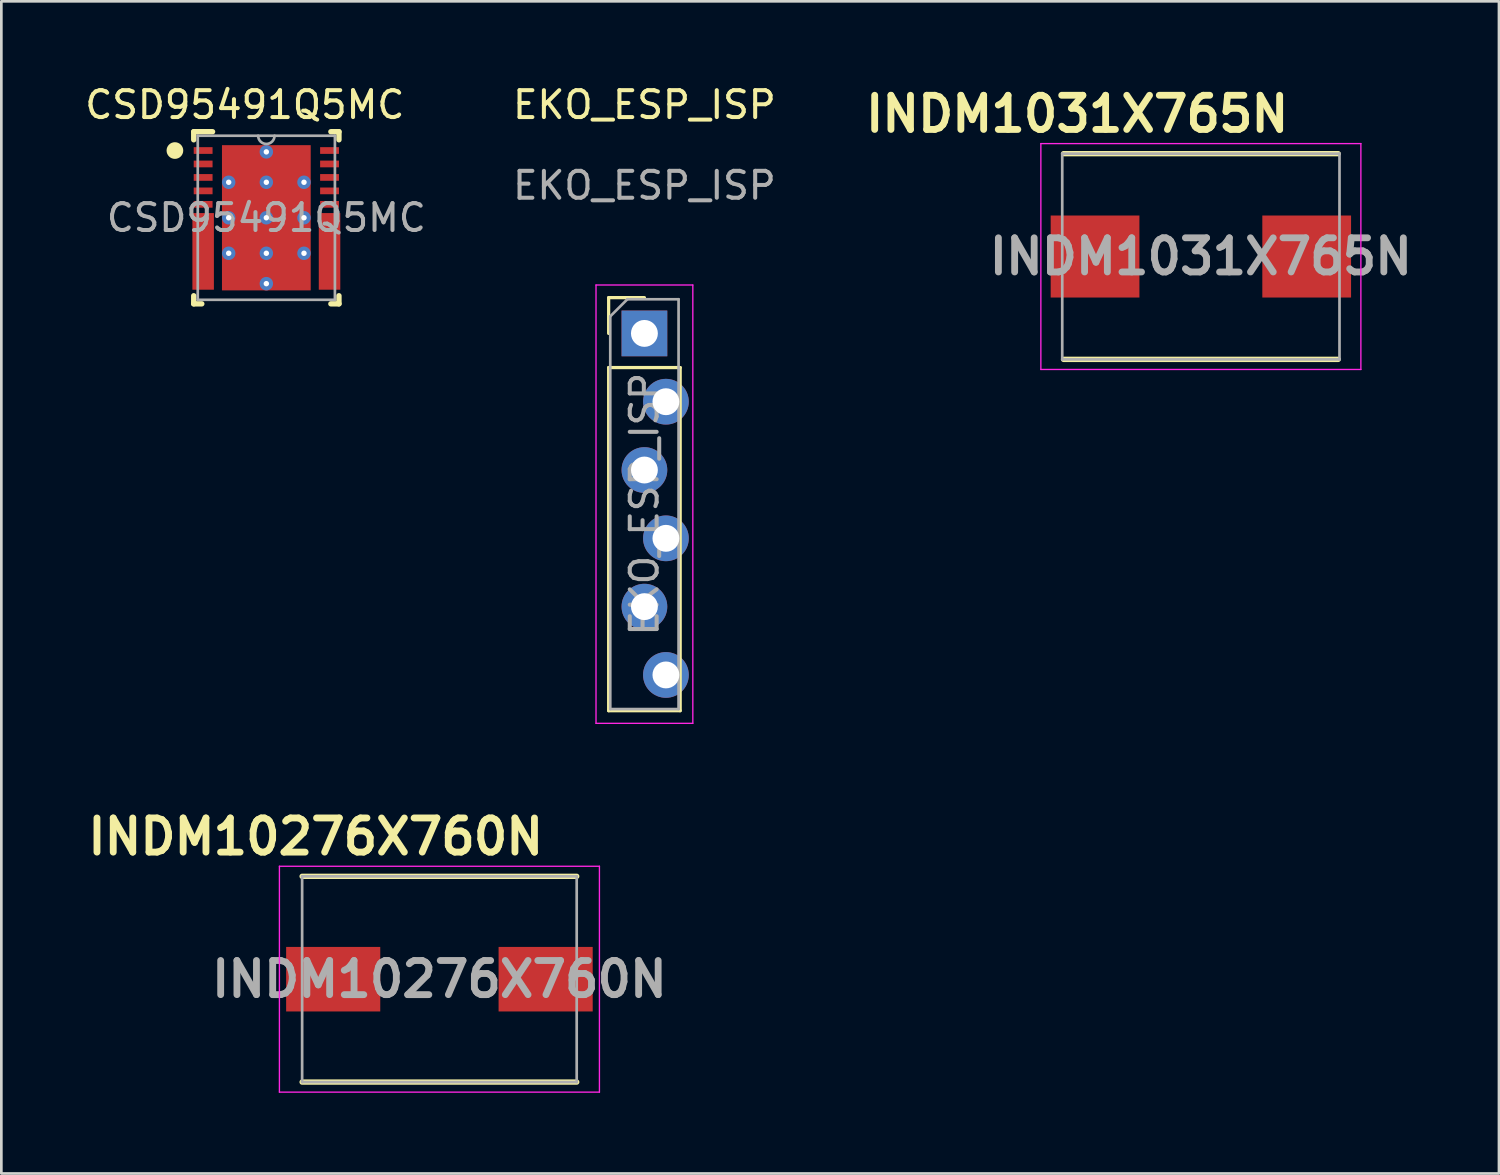
<source format=kicad_pcb>
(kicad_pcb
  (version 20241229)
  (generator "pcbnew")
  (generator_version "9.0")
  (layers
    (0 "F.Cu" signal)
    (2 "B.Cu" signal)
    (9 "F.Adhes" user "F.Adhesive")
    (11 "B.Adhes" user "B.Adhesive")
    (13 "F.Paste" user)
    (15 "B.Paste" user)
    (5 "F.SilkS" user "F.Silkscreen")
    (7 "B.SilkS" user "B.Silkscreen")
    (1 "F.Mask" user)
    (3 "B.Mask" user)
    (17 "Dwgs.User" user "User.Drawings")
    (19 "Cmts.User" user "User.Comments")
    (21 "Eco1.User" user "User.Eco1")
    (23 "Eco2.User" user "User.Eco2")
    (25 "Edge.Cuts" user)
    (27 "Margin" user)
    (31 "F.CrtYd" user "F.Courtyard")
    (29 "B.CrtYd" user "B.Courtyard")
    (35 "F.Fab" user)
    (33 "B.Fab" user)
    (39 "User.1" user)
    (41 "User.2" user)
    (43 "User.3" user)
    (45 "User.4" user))
  (footprint "INDM10276X760N"
    (layer "F.Cu")
    (at 13.29 33.362)
    (property "Reference" "INDM10276X760N" (at -4.6 -5.3 0) (layer "F.SilkS") (effects (font (size 1.27 1.27) (thickness 0.254))))
    (attr smd)
    (fp_line (start -5.105 3.825) (end 5.105 3.825) (stroke (width 0.2) (type solid)) (layer "F.SilkS"))
    (fp_line (start 5.105 -3.825) (end -5.105 -3.825) (stroke (width 0.2) (type solid)) (layer "F.SilkS"))
    (fp_line (start -5.95 -4.2) (end 5.95 -4.2) (stroke (width 0.05) (type solid)) (layer "F.CrtYd"))
    (fp_line (start -5.95 4.2) (end -5.95 -4.2) (stroke (width 0.05) (type solid)) (layer "F.CrtYd"))
    (fp_line (start 5.95 -4.2) (end 5.95 4.2) (stroke (width 0.05) (type solid)) (layer "F.CrtYd"))
    (fp_line (start 5.95 4.2) (end -5.95 4.2) (stroke (width 0.05) (type solid)) (layer "F.CrtYd"))
    (fp_line (start -5.105 -3.825) (end 5.105 -3.825) (stroke (width 0.1) (type solid)) (layer "F.Fab"))
    (fp_line (start -5.105 3.825) (end -5.105 -3.825) (stroke (width 0.1) (type solid)) (layer "F.Fab"))
    (fp_line (start 5.105 -3.825) (end 5.105 3.825) (stroke (width 0.1) (type solid)) (layer "F.Fab"))
    (fp_line (start 5.105 3.825) (end -5.105 3.825) (stroke (width 0.1) (type solid)) (layer "F.Fab"))
    (fp_text user "${REFERENCE}" (at 0 0 0) (layer "F.Fab") (effects (font (size 1.27 1.27) (thickness 0.254))))
    (pad "1" smd rect (at -3.95 0 90) (size 2.4 3.5) (layers "F.Cu" "F.Mask" "F.Paste"))
    (pad "2" smd rect (at 3.95 0 90) (size 2.4 3.5) (layers "F.Cu" "F.Mask" "F.Paste")))
  (footprint "INDM1031X765N"
    (layer "F.Cu")
    (at 41.605 6.489)
    (property "Reference" "INDM1031X765N" (at -4.6 -5.3 0) (layer "F.SilkS") (effects (font (size 1.27 1.27) (thickness 0.254))))
    (attr smd)
    (fp_line (start -5.105 3.825) (end 5.105 3.825) (stroke (width 0.2) (type solid)) (layer "F.SilkS"))
    (fp_line (start 5.105 -3.825) (end -5.105 -3.825) (stroke (width 0.2) (type solid)) (layer "F.SilkS"))
    (fp_line (start -5.95 -4.2) (end 5.95 -4.2) (stroke (width 0.05) (type solid)) (layer "F.CrtYd"))
    (fp_line (start -5.95 4.2) (end -5.95 -4.2) (stroke (width 0.05) (type solid)) (layer "F.CrtYd"))
    (fp_line (start 5.95 -4.2) (end 5.95 4.2) (stroke (width 0.05) (type solid)) (layer "F.CrtYd"))
    (fp_line (start 5.95 4.2) (end -5.95 4.2) (stroke (width 0.05) (type solid)) (layer "F.CrtYd"))
    (fp_line (start -5.155 -3.825) (end 5.155 -3.825) (stroke (width 0.1) (type solid)) (layer "F.Fab"))
    (fp_line (start -5.155 3.825) (end -5.155 -3.825) (stroke (width 0.1) (type solid)) (layer "F.Fab"))
    (fp_line (start 5.155 -3.825) (end 5.155 3.825) (stroke (width 0.1) (type solid)) (layer "F.Fab"))
    (fp_line (start 5.155 3.825) (end -5.155 3.825) (stroke (width 0.1) (type solid)) (layer "F.Fab"))
    (fp_text user "${REFERENCE}" (at 0 0 0) (layer "F.Fab") (effects (font (size 1.27 1.27) (thickness 0.254))))
    (pad "1" smd rect (at -3.935 0) (size 3.3 3.05) (layers "F.Cu" "F.Mask" "F.Paste"))
    (pad "2" smd rect (at 3.935 0) (size 3.3 3.05) (layers "F.Cu" "F.Mask" "F.Paste")))
  (footprint "EKO_ESP_ISP"
    (layer "F.Cu")
    (at 20.913 9.348)
    (property "Reference" "EKO_ESP_ISP" (at 0 -8.5 0) (unlocked yes) (layer "F.SilkS") (effects (font (size 1 1) (thickness 0.15))))
    (attr through_hole)
    (fp_line (start -1.33 -1.33) (end 0 -1.33) (stroke (width 0.12) (type solid)) (layer "F.SilkS"))
    (fp_line (start -1.33 0) (end -1.33 -1.33) (stroke (width 0.12) (type solid)) (layer "F.SilkS"))
    (fp_line (start -1.33 1.27) (end -1.33 14.03) (stroke (width 0.12) (type solid)) (layer "F.SilkS"))
    (fp_line (start -1.33 1.27) (end 1.33 1.27) (stroke (width 0.12) (type solid)) (layer "F.SilkS"))
    (fp_line (start -1.33 14.03) (end 1.33 14.03) (stroke (width 0.12) (type solid)) (layer "F.SilkS"))
    (fp_line (start 1.33 1.27) (end 1.33 14.03) (stroke (width 0.12) (type solid)) (layer "F.SilkS"))
    (fp_line (start -1.8 -1.8) (end -1.8 14.5) (stroke (width 0.05) (type solid)) (layer "F.CrtYd"))
    (fp_line (start -1.8 14.5) (end 1.8 14.5) (stroke (width 0.05) (type solid)) (layer "F.CrtYd"))
    (fp_line (start 1.8 -1.8) (end -1.8 -1.8) (stroke (width 0.05) (type solid)) (layer "F.CrtYd"))
    (fp_line (start 1.8 14.5) (end 1.8 -1.8) (stroke (width 0.05) (type solid)) (layer "F.CrtYd"))
    (fp_line (start -1.27 -0.635) (end -0.635 -1.27) (stroke (width 0.1) (type solid)) (layer "F.Fab"))
    (fp_line (start -1.27 13.97) (end -1.27 -0.635) (stroke (width 0.1) (type solid)) (layer "F.Fab"))
    (fp_line (start -0.635 -1.27) (end 1.27 -1.27) (stroke (width 0.1) (type solid)) (layer "F.Fab"))
    (fp_line (start 1.27 -1.27) (end 1.27 13.97) (stroke (width 0.1) (type solid)) (layer "F.Fab"))
    (fp_line (start 1.27 13.97) (end -1.27 13.97) (stroke (width 0.1) (type solid)) (layer "F.Fab"))
    (fp_text user "${REFERENCE}" (at 0 -5.5 0) (unlocked yes) (layer "F.Fab") (effects (font (size 1 1) (thickness 0.15))))
    (fp_text user "${REFERENCE}" (at 0 6.35 90) (layer "F.Fab") (effects (font (size 1 1) (thickness 0.15))))
    (pad "1" thru_hole rect (at 0 0) (size 1.7 1.7) (drill 1) (layers "*.Cu" "*.Mask"))
    (pad "2" thru_hole oval (at 0.8 2.54) (size 1.7 1.7) (drill 1) (layers "*.Cu" "*.Mask"))
    (pad "3" thru_hole oval (at 0 5.08) (size 1.7 1.7) (drill 1) (layers "*.Cu" "*.Mask"))
    (pad "4" thru_hole oval (at 0.8 7.62) (size 1.7 1.7) (drill 1) (layers "*.Cu" "*.Mask"))
    (pad "5" thru_hole oval (at 0 10.16) (size 1.7 1.7) (drill 1) (layers "*.Cu" "*.Mask"))
    (pad "6" thru_hole oval (at 0.8 12.7) (size 1.7 1.7) (drill 1) (layers "*.Cu" "*.Mask")))
  (footprint "CSD95491Q5MC"
    (layer "F.Cu")
    (at 6.854 5.048)
    (property "Reference" "CSD95491Q5MC" (at -0.8 -4.2 0) (unlocked yes) (layer "F.SilkS") (effects (font (size 1 1) (thickness 0.15))))
    (attr smd)
    (fp_poly (pts (xy -2.7 2.425) (xy -2.65 2.375) (xy -2.44 2.375) (xy -2.39 2.325) (xy -2.39 2.175) (xy -2.44 2.125) (xy -2.65 2.125) (xy -2.7 2.075) (xy -2.7 1.925) (xy -2.65 1.875) (xy -2.44 1.875) (xy -2.39 1.825) (xy -2.39 1.675) (xy -2.44 1.625) (xy -2.65 1.625) (xy -2.7 1.575) (xy -2.7 1.425) (xy -2.65 1.375) (xy -2.44 1.375) (xy -2.39 1.325) (xy -2.39 1.175) (xy -2.44 1.125) (xy -2.65 1.125) (xy -2.7 1.075) (xy -2.7 0.925) (xy -2.65 0.875) (xy -2.44 0.875) (xy -2.39 0.825) (xy -2.39 0.675) (xy -2.44 0.625) (xy -2.65 0.625) (xy -2.7 0.575) (xy -2.7 0.425) (xy -2.65 0.375) (xy -2.44 0.375) (xy -2.39 0.325) (xy -2.39 0.175) (xy -2.44 0.125) (xy -2.65 0.125) (xy -2.7 0.075) (xy -2.7 -0.075) (xy -2.65 -0.125) (xy -2.05 -0.125) (xy -2 -0.075) (xy -2 2.575) (xy -2.05 2.625) (xy -2.65 2.625) (xy -2.7 2.575)) (stroke (width 0) (type solid)) (fill yes) (layer "F.Mask"))
    (fp_poly (pts (xy 2.7 2.425) (xy 2.65 2.375) (xy 2.44 2.375) (xy 2.39 2.325) (xy 2.39 2.175) (xy 2.44 2.125) (xy 2.65 2.125) (xy 2.7 2.075) (xy 2.7 1.925) (xy 2.65 1.875) (xy 2.44 1.875) (xy 2.39 1.825) (xy 2.39 1.675) (xy 2.44 1.625) (xy 2.65 1.625) (xy 2.7 1.575) (xy 2.7 1.425) (xy 2.65 1.375) (xy 2.44 1.375) (xy 2.39 1.325) (xy 2.39 1.175) (xy 2.44 1.125) (xy 2.65 1.125) (xy 2.7 1.075) (xy 2.7 0.925) (xy 2.65 0.875) (xy 2.44 0.875) (xy 2.39 0.825) (xy 2.39 0.675) (xy 2.44 0.625) (xy 2.65 0.625) (xy 2.7 0.575) (xy 2.7 0.425) (xy 2.65 0.375) (xy 2.44 0.375) (xy 2.39 0.325) (xy 2.39 0.175) (xy 2.44 0.125) (xy 2.65 0.125) (xy 2.7 0.075) (xy 2.7 -0.075) (xy 2.65 -0.125) (xy 2.05 -0.125) (xy 2 -0.075) (xy 2 2.575) (xy 2.05 2.625) (xy 2.65 2.625) (xy 2.7 2.575)) (stroke (width 0) (type solid)) (fill yes) (layer "F.Mask"))
    (fp_line (start -2.7 -3.2) (end -2 -3.2) (stroke (width 0.2) (type solid)) (layer "F.SilkS"))
    (fp_line (start -2.7 -2.9) (end -2.7 -3.2) (stroke (width 0.2) (type solid)) (layer "F.SilkS"))
    (fp_line (start -2.7 3.2) (end -2.7 2.9) (stroke (width 0.2) (type solid)) (layer "F.SilkS"))
    (fp_line (start -2.7 3.2) (end -2.4 3.2) (stroke (width 0.2) (type solid)) (layer "F.SilkS"))
    (fp_line (start 2.4 -3.2) (end 2.7 -3.2) (stroke (width 0.2) (type solid)) (layer "F.SilkS"))
    (fp_line (start 2.4 3.2) (end 2.7 3.2) (stroke (width 0.2) (type solid)) (layer "F.SilkS"))
    (fp_line (start 2.7 -2.9) (end 2.7 -3.2) (stroke (width 0.2) (type solid)) (layer "F.SilkS"))
    (fp_line (start 2.7 3.2) (end 2.7 2.9) (stroke (width 0.2) (type solid)) (layer "F.SilkS"))
    (fp_circle (center -3.4 -2.5) (end -3.15 -2.5) (stroke (width 0.12) (type solid)) (fill yes) (layer "F.SilkS"))
    (fp_poly (pts (xy -0.1 -2.49) (xy -0.1 -1.47) (xy -0.101 -1.461) (xy -0.104 -1.451) (xy -0.108 -1.442) (xy -0.115 -1.435) (xy -0.122 -1.428) (xy -0.131 -1.424) (xy -0.141 -1.421) (xy -0.15 -1.42) (xy -1.46 -1.42) (xy -1.469 -1.421) (xy -1.479 -1.424) (xy -1.488 -1.428) (xy -1.495 -1.435) (xy -1.502 -1.442) (xy -1.506 -1.451) (xy -1.509 -1.461) (xy -1.51 -1.47) (xy -1.51 -2.49) (xy -1.509 -2.499) (xy -1.506 -2.509) (xy -1.502 -2.518) (xy -1.495 -2.525) (xy -1.488 -2.532) (xy -1.479 -2.536) (xy -1.469 -2.539) (xy -1.46 -2.54) (xy -0.15 -2.54) (xy -0.141 -2.539) (xy -0.131 -2.536) (xy -0.122 -2.532) (xy -0.115 -2.525) (xy -0.108 -2.518) (xy -0.104 -2.509) (xy -0.101 -2.499)) (stroke (width 0) (type solid)) (fill yes) (layer "F.Paste"))
    (fp_poly (pts (xy -0.1 -1.17) (xy -0.1 -0.15) (xy -0.101 -0.141) (xy -0.104 -0.131) (xy -0.108 -0.122) (xy -0.115 -0.115) (xy -0.122 -0.108) (xy -0.131 -0.104) (xy -0.141 -0.101) (xy -0.15 -0.1) (xy -1.46 -0.1) (xy -1.469 -0.101) (xy -1.479 -0.104) (xy -1.488 -0.108) (xy -1.495 -0.115) (xy -1.502 -0.122) (xy -1.506 -0.131) (xy -1.509 -0.141) (xy -1.51 -0.15) (xy -1.51 -1.17) (xy -1.509 -1.179) (xy -1.506 -1.189) (xy -1.502 -1.198) (xy -1.495 -1.205) (xy -1.488 -1.212) (xy -1.479 -1.216) (xy -1.469 -1.219) (xy -1.46 -1.22) (xy -0.15 -1.22) (xy -0.141 -1.219) (xy -0.131 -1.216) (xy -0.122 -1.212) (xy -0.115 -1.205) (xy -0.108 -1.198) (xy -0.104 -1.189) (xy -0.101 -1.179)) (stroke (width 0) (type solid)) (fill yes) (layer "F.Paste"))
    (fp_poly (pts (xy -0.1 0.15) (xy -0.1 1.17) (xy -0.101 1.179) (xy -0.104 1.189) (xy -0.108 1.198) (xy -0.115 1.205) (xy -0.122 1.212) (xy -0.131 1.216) (xy -0.141 1.219) (xy -0.15 1.22) (xy -1.46 1.22) (xy -1.469 1.219) (xy -1.479 1.216) (xy -1.488 1.212) (xy -1.495 1.205) (xy -1.502 1.198) (xy -1.506 1.189) (xy -1.509 1.179) (xy -1.51 1.17) (xy -1.51 0.15) (xy -1.509 0.141) (xy -1.506 0.131) (xy -1.502 0.122) (xy -1.495 0.115) (xy -1.488 0.108) (xy -1.479 0.104) (xy -1.469 0.101) (xy -1.46 0.1) (xy -0.15 0.1) (xy -0.141 0.101) (xy -0.131 0.104) (xy -0.122 0.108) (xy -0.115 0.115) (xy -0.108 0.122) (xy -0.104 0.131) (xy -0.101 0.141)) (stroke (width 0) (type solid)) (fill yes) (layer "F.Paste"))
    (fp_poly (pts (xy -0.1 1.47) (xy -0.1 2.49) (xy -0.101 2.499) (xy -0.104 2.509) (xy -0.108 2.518) (xy -0.115 2.525) (xy -0.122 2.532) (xy -0.131 2.536) (xy -0.141 2.539) (xy -0.15 2.54) (xy -1.46 2.54) (xy -1.469 2.539) (xy -1.479 2.536) (xy -1.488 2.532) (xy -1.495 2.525) (xy -1.502 2.518) (xy -1.506 2.509) (xy -1.509 2.499) (xy -1.51 2.49) (xy -1.51 1.47) (xy -1.509 1.461) (xy -1.506 1.451) (xy -1.502 1.442) (xy -1.495 1.435) (xy -1.488 1.428) (xy -1.479 1.424) (xy -1.469 1.421) (xy -1.46 1.42) (xy -0.15 1.42) (xy -0.141 1.421) (xy -0.131 1.424) (xy -0.122 1.428) (xy -0.115 1.435) (xy -0.108 1.442) (xy -0.104 1.451) (xy -0.101 1.461)) (stroke (width 0) (type solid)) (fill yes) (layer "F.Paste"))
    (fp_poly (pts (xy 0.1 -1.47) (xy 0.1 -2.49) (xy 0.101 -2.499) (xy 0.104 -2.509) (xy 0.108 -2.518) (xy 0.115 -2.525) (xy 0.122 -2.532) (xy 0.131 -2.536) (xy 0.141 -2.539) (xy 0.15 -2.54) (xy 1.46 -2.54) (xy 1.469 -2.539) (xy 1.479 -2.536) (xy 1.488 -2.532) (xy 1.495 -2.525) (xy 1.502 -2.518) (xy 1.506 -2.509) (xy 1.509 -2.499) (xy 1.51 -2.49) (xy 1.51 -1.47) (xy 1.509 -1.461) (xy 1.506 -1.451) (xy 1.502 -1.442) (xy 1.495 -1.435) (xy 1.488 -1.428) (xy 1.479 -1.424) (xy 1.469 -1.421) (xy 1.46 -1.42) (xy 0.15 -1.42) (xy 0.141 -1.421) (xy 0.131 -1.424) (xy 0.122 -1.428) (xy 0.115 -1.435) (xy 0.108 -1.442) (xy 0.104 -1.451) (xy 0.101 -1.461)) (stroke (width 0) (type solid)) (fill yes) (layer "F.Paste"))
    (fp_poly (pts (xy 0.1 -0.15) (xy 0.1 -1.17) (xy 0.101 -1.179) (xy 0.104 -1.189) (xy 0.108 -1.198) (xy 0.115 -1.205) (xy 0.122 -1.212) (xy 0.131 -1.216) (xy 0.141 -1.219) (xy 0.15 -1.22) (xy 1.46 -1.22) (xy 1.469 -1.219) (xy 1.479 -1.216) (xy 1.488 -1.212) (xy 1.495 -1.205) (xy 1.502 -1.198) (xy 1.506 -1.189) (xy 1.509 -1.179) (xy 1.51 -1.17) (xy 1.51 -0.15) (xy 1.509 -0.141) (xy 1.506 -0.131) (xy 1.502 -0.122) (xy 1.495 -0.115) (xy 1.488 -0.108) (xy 1.479 -0.104) (xy 1.469 -0.101) (xy 1.46 -0.1) (xy 0.15 -0.1) (xy 0.141 -0.101) (xy 0.131 -0.104) (xy 0.122 -0.108) (xy 0.115 -0.115) (xy 0.108 -0.122) (xy 0.104 -0.131) (xy 0.101 -0.141)) (stroke (width 0) (type solid)) (fill yes) (layer "F.Paste"))
    (fp_poly (pts (xy 0.1 1.17) (xy 0.1 0.15) (xy 0.101 0.141) (xy 0.104 0.131) (xy 0.108 0.122) (xy 0.115 0.115) (xy 0.122 0.108) (xy 0.131 0.104) (xy 0.141 0.101) (xy 0.15 0.1) (xy 1.46 0.1) (xy 1.469 0.101) (xy 1.479 0.104) (xy 1.488 0.108) (xy 1.495 0.115) (xy 1.502 0.122) (xy 1.506 0.131) (xy 1.509 0.141) (xy 1.51 0.15) (xy 1.51 1.17) (xy 1.509 1.179) (xy 1.506 1.189) (xy 1.502 1.198) (xy 1.495 1.205) (xy 1.488 1.212) (xy 1.479 1.216) (xy 1.469 1.219) (xy 1.46 1.22) (xy 0.15 1.22) (xy 0.141 1.219) (xy 0.131 1.216) (xy 0.122 1.212) (xy 0.115 1.205) (xy 0.108 1.198) (xy 0.104 1.189) (xy 0.101 1.179)) (stroke (width 0) (type solid)) (fill yes) (layer "F.Paste"))
    (fp_poly (pts (xy 0.1 2.49) (xy 0.1 1.47) (xy 0.101 1.461) (xy 0.104 1.451) (xy 0.108 1.442) (xy 0.115 1.435) (xy 0.122 1.428) (xy 0.131 1.424) (xy 0.141 1.421) (xy 0.15 1.42) (xy 1.46 1.42) (xy 1.469 1.421) (xy 1.479 1.424) (xy 1.488 1.428) (xy 1.495 1.435) (xy 1.502 1.442) (xy 1.506 1.451) (xy 1.509 1.461) (xy 1.51 1.47) (xy 1.51 2.49) (xy 1.509 2.499) (xy 1.506 2.509) (xy 1.502 2.518) (xy 1.495 2.525) (xy 1.488 2.532) (xy 1.479 2.536) (xy 1.469 2.539) (xy 1.46 2.54) (xy 0.15 2.54) (xy 0.141 2.539) (xy 0.131 2.536) (xy 0.122 2.532) (xy 0.115 2.525) (xy 0.108 2.518) (xy 0.104 2.509) (xy 0.101 2.499)) (stroke (width 0) (type solid)) (fill yes) (layer "F.Paste"))
    (fp_poly (pts (xy -2.7 2.425) (xy -2.65 2.375) (xy -2.44 2.375) (xy -2.39 2.325) (xy -2.39 2.175) (xy -2.44 2.125) (xy -2.65 2.125) (xy -2.7 2.075) (xy -2.7 1.925) (xy -2.65 1.875) (xy -2.44 1.875) (xy -2.39 1.825) (xy -2.39 1.675) (xy -2.44 1.625) (xy -2.65 1.625) (xy -2.7 1.575) (xy -2.7 1.425) (xy -2.65 1.375) (xy -2.44 1.375) (xy -2.39 1.325) (xy -2.39 1.175) (xy -2.44 1.125) (xy -2.65 1.125) (xy -2.7 1.075) (xy -2.7 0.925) (xy -2.65 0.875) (xy -2.44 0.875) (xy -2.39 0.825) (xy -2.39 0.675) (xy -2.44 0.625) (xy -2.65 0.625) (xy -2.7 0.575) (xy -2.7 0.425) (xy -2.65 0.375) (xy -2.44 0.375) (xy -2.39 0.325) (xy -2.39 0.175) (xy -2.44 0.125) (xy -2.65 0.125) (xy -2.7 0.075) (xy -2.7 -0.075) (xy -2.65 -0.125) (xy -2.05 -0.125) (xy -2 -0.075) (xy -2 2.575) (xy -2.05 2.625) (xy -2.65 2.625) (xy -2.7 2.575)) (stroke (width 0) (type solid)) (fill yes) (layer "F.Paste"))
    (fp_poly (pts (xy 2.7 2.425) (xy 2.65 2.375) (xy 2.44 2.375) (xy 2.39 2.325) (xy 2.39 2.175) (xy 2.44 2.125) (xy 2.65 2.125) (xy 2.7 2.075) (xy 2.7 1.925) (xy 2.65 1.875) (xy 2.44 1.875) (xy 2.39 1.825) (xy 2.39 1.675) (xy 2.44 1.625) (xy 2.65 1.625) (xy 2.7 1.575) (xy 2.7 1.425) (xy 2.65 1.375) (xy 2.44 1.375) (xy 2.39 1.325) (xy 2.39 1.175) (xy 2.44 1.125) (xy 2.65 1.125) (xy 2.7 1.075) (xy 2.7 0.925) (xy 2.65 0.875) (xy 2.44 0.875) (xy 2.39 0.825) (xy 2.39 0.675) (xy 2.44 0.625) (xy 2.65 0.625) (xy 2.7 0.575) (xy 2.7 0.425) (xy 2.65 0.375) (xy 2.44 0.375) (xy 2.39 0.325) (xy 2.39 0.175) (xy 2.44 0.125) (xy 2.65 0.125) (xy 2.7 0.075) (xy 2.7 -0.075) (xy 2.65 -0.125) (xy 2.05 -0.125) (xy 2 -0.075) (xy 2 2.575) (xy 2.05 2.625) (xy 2.65 2.625) (xy 2.7 2.575)) (stroke (width 0) (type solid)) (fill yes) (layer "F.Paste"))
    (fp_line (start -2.55 -3.05) (end 2.55 -3.05) (stroke (width 0.1) (type solid)) (layer "F.Fab"))
    (fp_line (start -2.55 3.05) (end -2.55 -3.05) (stroke (width 0.1) (type solid)) (layer "F.Fab"))
    (fp_line (start -2.55 3.05) (end 2.55 3.05) (stroke (width 0.1) (type solid)) (layer "F.Fab"))
    (fp_line (start 2.55 3.05) (end 2.55 -3.05) (stroke (width 0.1) (type solid)) (layer "F.Fab"))
    (fp_arc (start 0.3048 -3.050032) (mid 0 -2.745232) (end -0.3048 -3.050032) (stroke (width 0.1) (type solid)) (layer "F.Fab"))
    (fp_text user "${REFERENCE}" (at 0 0 0) (unlocked yes) (layer "F.Fab") (effects (font (size 1 1) (thickness 0.15))))
    (pad "1" smd rect (at -2.35 -2.501) (size 0.7 0.25) (layers "F.Cu" "F.Mask" "F.Paste"))
    (pad "2" smd rect (at -2.35 -2.001) (size 0.7 0.25) (layers "F.Cu" "F.Mask" "F.Paste"))
    (pad "3" smd rect (at -2.35 -1.5) (size 0.7 0.25) (layers "F.Cu" "F.Mask" "F.Paste"))
    (pad "4" smd rect (at -2.35 -1) (size 0.7 0.25) (layers "F.Cu" "F.Mask" "F.Paste"))
    (pad "5" smd rect (at -2.35 -0.5) (size 0.7 0.25) (layers "F.Cu" "F.Mask" "F.Paste"))
    (pad "6" smd rect (at -2.35 1.25) (size 0.8 2.85) (layers "F.Cu" "F.Mask" "F.Paste"))
    (pad "7" smd rect (at 2.35 1.25) (size 0.8 2.85) (layers "F.Cu" "F.Mask" "F.Paste"))
    (pad "8" smd rect (at 2.35 -0.5) (size 0.7 0.25) (layers "F.Cu" "F.Mask" "F.Paste"))
    (pad "9" smd rect (at 2.35 -1) (size 0.7 0.25) (layers "F.Cu" "F.Mask" "F.Paste"))
    (pad "10" smd rect (at 2.35 -1.5) (size 0.7 0.25) (layers "F.Cu" "F.Mask" "F.Paste"))
    (pad "11" smd rect (at 2.35 -2.001) (size 0.7 0.25) (layers "F.Cu" "F.Mask" "F.Paste"))
    (pad "12" smd rect (at 2.35 -2.501) (size 0.7 0.25) (layers "F.Cu" "F.Mask" "F.Paste"))
    (pad "13" thru_hole circle (at -1.4 1.32) (size 0.5 0.5) (drill 0.203) (layers "*.Cu" "*.Mask"))
    (pad "13" thru_hole circle (at -1.4 -1.32) (size 0.5 0.5) (drill 0.203) (layers "*.Cu" "*.Mask"))
    (pad "13" thru_hole circle (at -1.4 0) (size 0.5 0.5) (drill 0.203) (layers "*.Cu" "*.Mask"))
    (pad "13" thru_hole circle (at 0 -2.45) (size 0.5 0.5) (drill 0.203) (layers "*.Cu" "*.Mask"))
    (pad "13" smd rect (at 0 0) (size 3.3 5.4) (layers "F.Cu" "F.Mask"))
    (pad "13" thru_hole circle (at 0.000003 -1.32) (size 0.5 0.5) (drill 0.203) (layers "*.Cu" "*.Mask"))
    (pad "13" thru_hole circle (at 0.000003 0) (size 0.5 0.5) (drill 0.203) (layers "*.Cu" "*.Mask"))
    (pad "13" thru_hole circle (at 0.000003 2.45) (size 0.5 0.5) (drill 0.203) (layers "*.Cu" "*.Mask"))
    (pad "13" thru_hole circle (at 0.000005 1.32) (size 0.5 0.5) (drill 0.203) (layers "*.Cu" "*.Mask"))
    (pad "13" thru_hole circle (at 1.4 -1.32) (size 0.5 0.5) (drill 0.203) (layers "*.Cu" "*.Mask"))
    (pad "13" thru_hole circle (at 1.4 0) (size 0.5 0.5) (drill 0.203) (layers "*.Cu" "*.Mask"))
    (pad "13" thru_hole circle (at 1.4 1.32) (size 0.5 0.5) (drill 0.203) (layers "*.Cu" "*.Mask")))
  (gr_rect
    (start -3 -3)
    (end 52.69 40.587)
    (stroke (width 0.1) (type default))
    (fill no)
    (layer "Edge.Cuts")))
</source>
